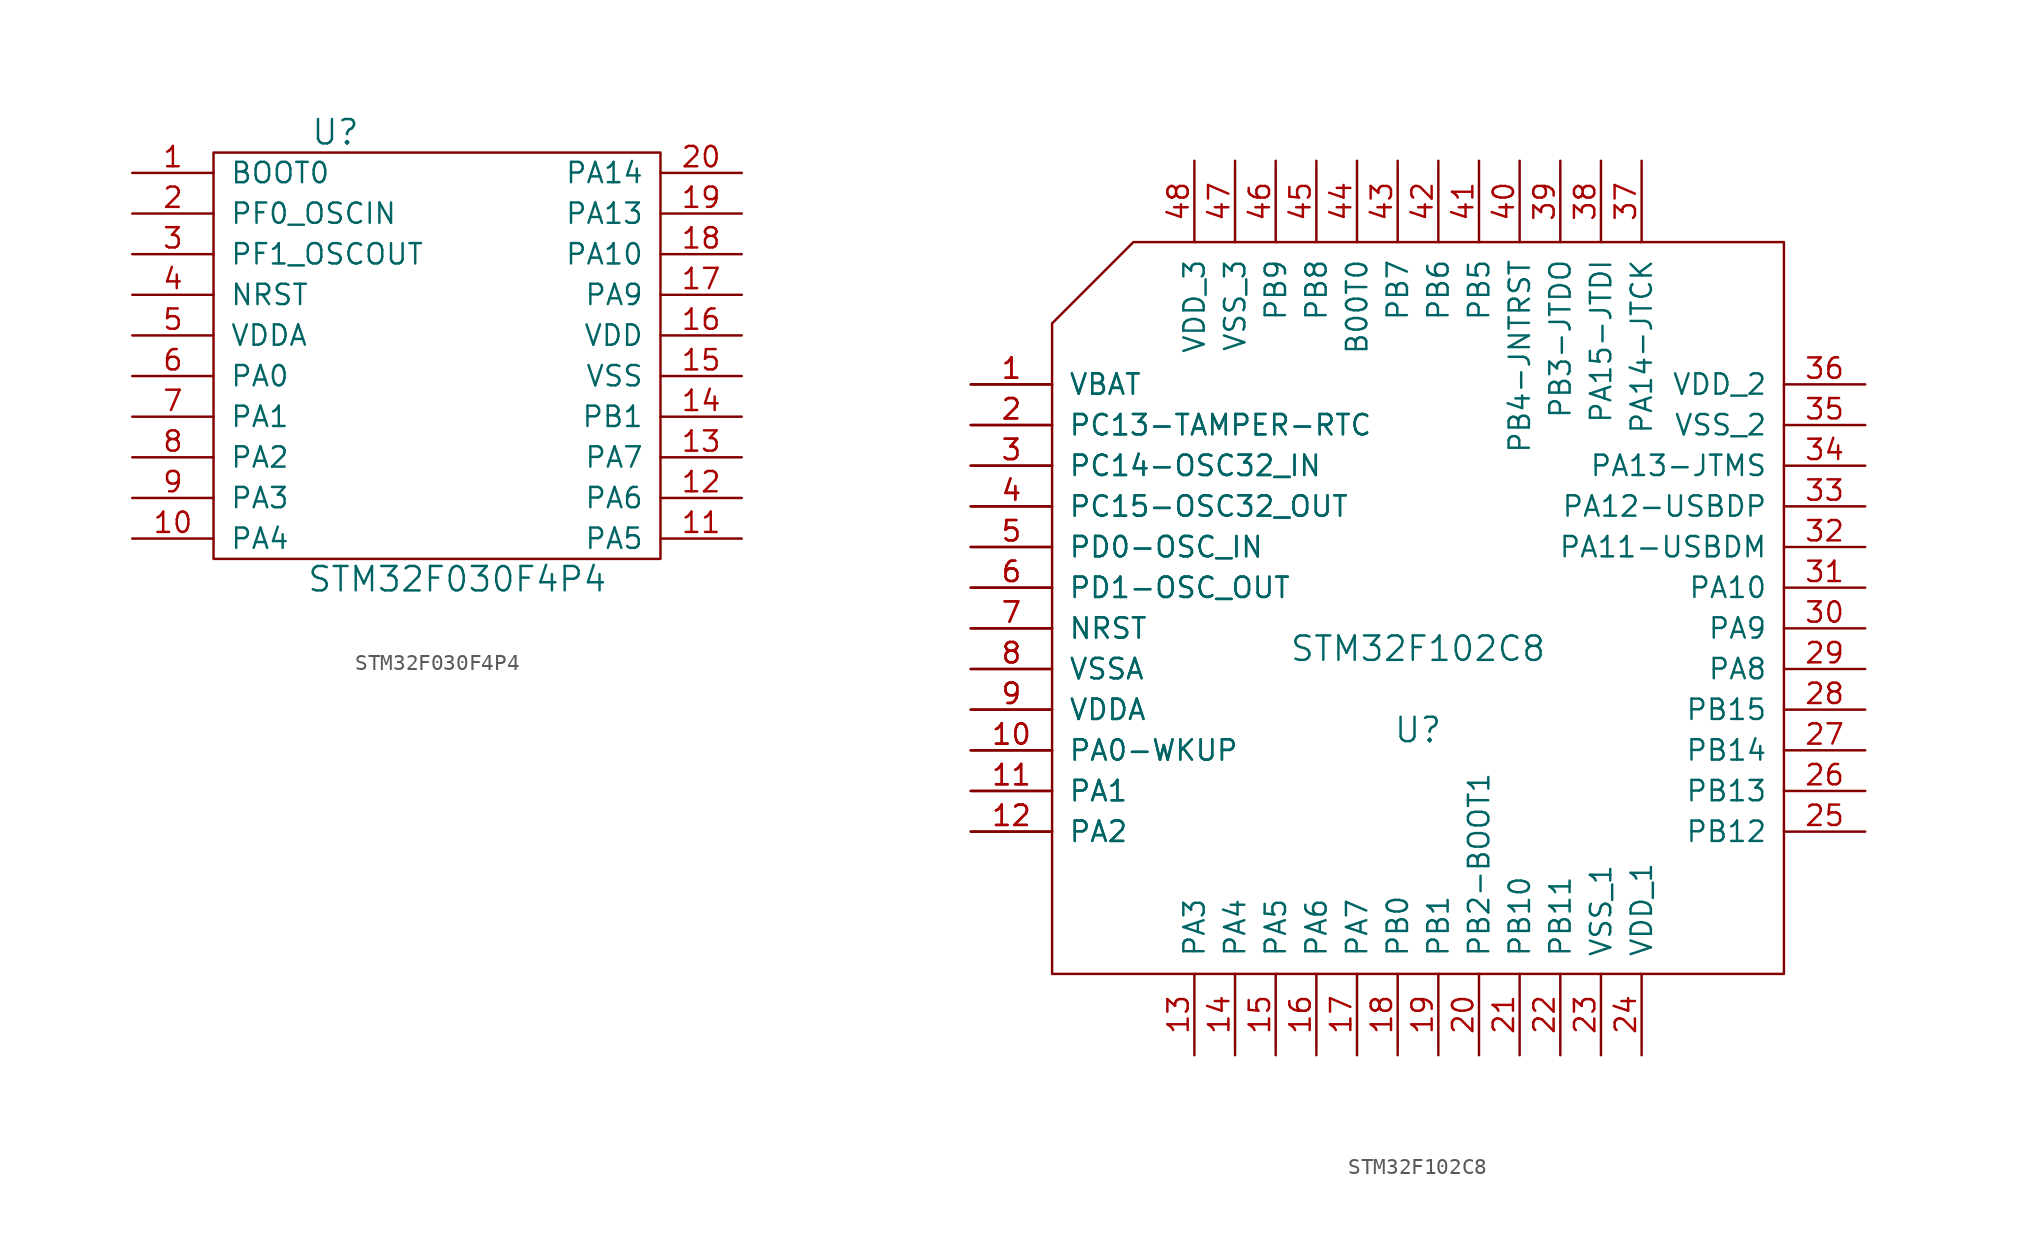
<source format=kicad_sym>
(kicad_symbol_lib
  (version 20211014)
  (generator kicad_symbol_editor)
  (symbol "STM32F030F4P4"
    (pin_names
      (offset 1.016))
    (property "Reference" "U"
      (at -6.35 13.97 0)
      (effects (font (size 1.524 1.524))))
    (property "Value" "STM32F030F4P4"
      (at 1.27 -13.97 0)
      (effects (font (size 1.524 1.524))))
    (property "Footprint" ""
      (at -6.35 0 0)
      (effects (font (size 1.524 1.524))))
    (property "Datasheet" ""
      (at -6.35 0 0)
      (effects (font (size 1.524 1.524))))
    (symbol "STM32F030F4P4_0_1"
      (rectangle (start -13.97 12.7) (end 13.97 -12.7) (stroke (width 0) (type default) (color 0 0 0 0)) (fill (type none))))
    (symbol "STM32F030F4P4_1_1"
      (pin input line (at -19.05 11.43 0) (length 5.08) (name "BOOT0" (effects (font (size 1.27 1.27)))) (number "1" (effects (font (size 1.27 1.27)))))
      (pin input line (at -19.05 -11.43 0) (length 5.08) (name "PA4" (effects (font (size 1.27 1.27)))) (number "10" (effects (font (size 1.27 1.27)))))
      (pin input line (at 19.05 -11.43 180) (length 5.08) (name "PA5" (effects (font (size 1.27 1.27)))) (number "11" (effects (font (size 1.27 1.27)))))
      (pin input line (at 19.05 -8.89 180) (length 5.08) (name "PA6" (effects (font (size 1.27 1.27)))) (number "12" (effects (font (size 1.27 1.27)))))
      (pin input line (at 19.05 -6.35 180) (length 5.08) (name "PA7" (effects (font (size 1.27 1.27)))) (number "13" (effects (font (size 1.27 1.27)))))
      (pin input line (at 19.05 -3.81 180) (length 5.08) (name "PB1" (effects (font (size 1.27 1.27)))) (number "14" (effects (font (size 1.27 1.27)))))
      (pin input line (at 19.05 -1.27 180) (length 5.08) (name "VSS" (effects (font (size 1.27 1.27)))) (number "15" (effects (font (size 1.27 1.27)))))
      (pin input line (at 19.05 1.27 180) (length 5.08) (name "VDD" (effects (font (size 1.27 1.27)))) (number "16" (effects (font (size 1.27 1.27)))))
      (pin input line (at 19.05 3.81 180) (length 5.08) (name "PA9" (effects (font (size 1.27 1.27)))) (number "17" (effects (font (size 1.27 1.27)))))
      (pin input line (at 19.05 6.35 180) (length 5.08) (name "PA10" (effects (font (size 1.27 1.27)))) (number "18" (effects (font (size 1.27 1.27)))))
      (pin input line (at 19.05 8.89 180) (length 5.08) (name "PA13" (effects (font (size 1.27 1.27)))) (number "19" (effects (font (size 1.27 1.27)))))
      (pin input line (at -19.05 8.89 0) (length 5.08) (name "PF0_OSCIN" (effects (font (size 1.27 1.27)))) (number "2" (effects (font (size 1.27 1.27)))))
      (pin input line (at 19.05 11.43 180) (length 5.08) (name "PA14" (effects (font (size 1.27 1.27)))) (number "20" (effects (font (size 1.27 1.27)))))
      (pin input line (at -19.05 6.35 0) (length 5.08) (name "PF1_OSCOUT" (effects (font (size 1.27 1.27)))) (number "3" (effects (font (size 1.27 1.27)))))
      (pin input line (at -19.05 3.81 0) (length 5.08) (name "NRST" (effects (font (size 1.27 1.27)))) (number "4" (effects (font (size 1.27 1.27)))))
      (pin input line (at -19.05 1.27 0) (length 5.08) (name "VDDA" (effects (font (size 1.27 1.27)))) (number "5" (effects (font (size 1.27 1.27)))))
      (pin input line (at -19.05 -1.27 0) (length 5.08) (name "PA0" (effects (font (size 1.27 1.27)))) (number "6" (effects (font (size 1.27 1.27)))))
      (pin input line (at -19.05 -3.81 0) (length 5.08) (name "PA1" (effects (font (size 1.27 1.27)))) (number "7" (effects (font (size 1.27 1.27)))))
      (pin input line (at -19.05 -6.35 0) (length 5.08) (name "PA2" (effects (font (size 1.27 1.27)))) (number "8" (effects (font (size 1.27 1.27)))))
      (pin input line (at -19.05 -8.89 0) (length 5.08) (name "PA3" (effects (font (size 1.27 1.27)))) (number "9" (effects (font (size 1.27 1.27)))))))
  (symbol "STM32F102C8"
    (pin_names
      (offset 1.016))
    (property "Reference" "U"
      (at 0 -7.62 0)
      (effects (font (size 1.524 1.524))))
    (property "Value" "STM32F102C8"
      (at 0 -2.54 0)
      (effects (font (size 1.524 1.524))))
    (property "Footprint" ""
      (at 0 0 0)
      (effects (font (size 1.524 1.524))))
    (property "Datasheet" ""
      (at 0 0 0)
      (effects (font (size 1.524 1.524))))
    (symbol "STM32F102C8_0_1"
      (polyline (pts (xy -22.86 17.78) (xy -22.86 -22.86) (xy 22.86 -22.86) (xy 22.86 22.86) (xy -17.78 22.86) (xy -20.32 20.32) (xy -22.86 17.78)) (stroke (width 0) (type default) (color 0 0 0 0)) (fill (type none))))
    (symbol "STM32F102C8_1_1"
      (pin input line (at -27.94 13.97 0) (length 5.08) (name "VBAT" (effects (font (size 1.27 1.27)))) (number "1" (effects (font (size 1.27 1.27)))))
      (pin input line (at -27.94 13.97 0) (length 5.08) (name "VBAT" (effects (font (size 1.27 1.27)))) (number "1" (effects (font (size 1.27 1.27)))))
      (pin input line (at -27.94 -8.89 0) (length 5.08) (name "PA0-WKUP" (effects (font (size 1.27 1.27)))) (number "10" (effects (font (size 1.27 1.27)))))
      (pin input line (at -27.94 -8.89 0) (length 5.08) (name "PA0-WKUP" (effects (font (size 1.27 1.27)))) (number "10" (effects (font (size 1.27 1.27)))))
      (pin input line (at -27.94 -11.43 0) (length 5.08) (name "PA1" (effects (font (size 1.27 1.27)))) (number "11" (effects (font (size 1.27 1.27)))))
      (pin input line (at -27.94 -11.43 0) (length 5.08) (name "PA1" (effects (font (size 1.27 1.27)))) (number "11" (effects (font (size 1.27 1.27)))))
      (pin input line (at -27.94 -13.97 0) (length 5.08) (name "PA2" (effects (font (size 1.27 1.27)))) (number "12" (effects (font (size 1.27 1.27)))))
      (pin input line (at -27.94 -13.97 0) (length 5.08) (name "PA2" (effects (font (size 1.27 1.27)))) (number "12" (effects (font (size 1.27 1.27)))))
      (pin input line (at -13.97 -27.94 90) (length 5.08) (name "PA3" (effects (font (size 1.27 1.27)))) (number "13" (effects (font (size 1.27 1.27)))))
      (pin input line (at -11.43 -27.94 90) (length 5.08) (name "PA4" (effects (font (size 1.27 1.27)))) (number "14" (effects (font (size 1.27 1.27)))))
      (pin input line (at -8.89 -27.94 90) (length 5.08) (name "PA5" (effects (font (size 1.27 1.27)))) (number "15" (effects (font (size 1.27 1.27)))))
      (pin input line (at -6.35 -27.94 90) (length 5.08) (name "PA6" (effects (font (size 1.27 1.27)))) (number "16" (effects (font (size 1.27 1.27)))))
      (pin input line (at -3.81 -27.94 90) (length 5.08) (name "PA7" (effects (font (size 1.27 1.27)))) (number "17" (effects (font (size 1.27 1.27)))))
      (pin input line (at -1.27 -27.94 90) (length 5.08) (name "PB0" (effects (font (size 1.27 1.27)))) (number "18" (effects (font (size 1.27 1.27)))))
      (pin input line (at 1.27 -27.94 90) (length 5.08) (name "PB1" (effects (font (size 1.27 1.27)))) (number "19" (effects (font (size 1.27 1.27)))))
      (pin input line (at -27.94 11.43 0) (length 5.08) (name "PC13-TAMPER-RTC" (effects (font (size 1.27 1.27)))) (number "2" (effects (font (size 1.27 1.27)))))
      (pin input line (at -27.94 11.43 0) (length 5.08) (name "PC13-TAMPER-RTC" (effects (font (size 1.27 1.27)))) (number "2" (effects (font (size 1.27 1.27)))))
      (pin input line (at 3.81 -27.94 90) (length 5.08) (name "PB2-BOOT1" (effects (font (size 1.27 1.27)))) (number "20" (effects (font (size 1.27 1.27)))))
      (pin input line (at 6.35 -27.94 90) (length 5.08) (name "PB10" (effects (font (size 1.27 1.27)))) (number "21" (effects (font (size 1.27 1.27)))))
      (pin input line (at 8.89 -27.94 90) (length 5.08) (name "PB11" (effects (font (size 1.27 1.27)))) (number "22" (effects (font (size 1.27 1.27)))))
      (pin input line (at 11.43 -27.94 90) (length 5.08) (name "VSS_1" (effects (font (size 1.27 1.27)))) (number "23" (effects (font (size 1.27 1.27)))))
      (pin input line (at 13.97 -27.94 90) (length 5.08) (name "VDD_1" (effects (font (size 1.27 1.27)))) (number "24" (effects (font (size 1.27 1.27)))))
      (pin input line (at 27.94 -13.97 180) (length 5.08) (name "PB12" (effects (font (size 1.27 1.27)))) (number "25" (effects (font (size 1.27 1.27)))))
      (pin input line (at 27.94 -11.43 180) (length 5.08) (name "PB13" (effects (font (size 1.27 1.27)))) (number "26" (effects (font (size 1.27 1.27)))))
      (pin input line (at 27.94 -8.89 180) (length 5.08) (name "PB14" (effects (font (size 1.27 1.27)))) (number "27" (effects (font (size 1.27 1.27)))))
      (pin input line (at 27.94 -6.35 180) (length 5.08) (name "PB15" (effects (font (size 1.27 1.27)))) (number "28" (effects (font (size 1.27 1.27)))))
      (pin input line (at 27.94 -3.81 180) (length 5.08) (name "PA8" (effects (font (size 1.27 1.27)))) (number "29" (effects (font (size 1.27 1.27)))))
      (pin input line (at -27.94 8.89 0) (length 5.08) (name "PC14-OSC32_IN" (effects (font (size 1.27 1.27)))) (number "3" (effects (font (size 1.27 1.27)))))
      (pin input line (at -27.94 8.89 0) (length 5.08) (name "PC14-OSC32_IN" (effects (font (size 1.27 1.27)))) (number "3" (effects (font (size 1.27 1.27)))))
      (pin input line (at 27.94 -1.27 180) (length 5.08) (name "PA9" (effects (font (size 1.27 1.27)))) (number "30" (effects (font (size 1.27 1.27)))))
      (pin input line (at 27.94 1.27 180) (length 5.08) (name "PA10" (effects (font (size 1.27 1.27)))) (number "31" (effects (font (size 1.27 1.27)))))
      (pin input line (at 27.94 3.81 180) (length 5.08) (name "PA11-USBDM" (effects (font (size 1.27 1.27)))) (number "32" (effects (font (size 1.27 1.27)))))
      (pin input line (at 27.94 6.35 180) (length 5.08) (name "PA12-USBDP" (effects (font (size 1.27 1.27)))) (number "33" (effects (font (size 1.27 1.27)))))
      (pin input line (at 27.94 8.89 180) (length 5.08) (name "PA13-JTMS" (effects (font (size 1.27 1.27)))) (number "34" (effects (font (size 1.27 1.27)))))
      (pin input line (at 27.94 11.43 180) (length 5.08) (name "VSS_2" (effects (font (size 1.27 1.27)))) (number "35" (effects (font (size 1.27 1.27)))))
      (pin input line (at 27.94 13.97 180) (length 5.08) (name "VDD_2" (effects (font (size 1.27 1.27)))) (number "36" (effects (font (size 1.27 1.27)))))
      (pin input line (at 13.97 27.94 270) (length 5.08) (name "PA14-JTCK" (effects (font (size 1.27 1.27)))) (number "37" (effects (font (size 1.27 1.27)))))
      (pin input line (at 11.43 27.94 270) (length 5.08) (name "PA15-JTDI" (effects (font (size 1.27 1.27)))) (number "38" (effects (font (size 1.27 1.27)))))
      (pin input line (at 8.89 27.94 270) (length 5.08) (name "PB3-JTDO" (effects (font (size 1.27 1.27)))) (number "39" (effects (font (size 1.27 1.27)))))
      (pin input line (at -27.94 6.35 0) (length 5.08) (name "PC15-OSC32_OUT" (effects (font (size 1.27 1.27)))) (number "4" (effects (font (size 1.27 1.27)))))
      (pin input line (at -27.94 6.35 0) (length 5.08) (name "PC15-OSC32_OUT" (effects (font (size 1.27 1.27)))) (number "4" (effects (font (size 1.27 1.27)))))
      (pin input line (at 6.35 27.94 270) (length 5.08) (name "PB4-JNTRST" (effects (font (size 1.27 1.27)))) (number "40" (effects (font (size 1.27 1.27)))))
      (pin input line (at 3.81 27.94 270) (length 5.08) (name "PB5" (effects (font (size 1.27 1.27)))) (number "41" (effects (font (size 1.27 1.27)))))
      (pin input line (at 1.27 27.94 270) (length 5.08) (name "PB6" (effects (font (size 1.27 1.27)))) (number "42" (effects (font (size 1.27 1.27)))))
      (pin input line (at -1.27 27.94 270) (length 5.08) (name "PB7" (effects (font (size 1.27 1.27)))) (number "43" (effects (font (size 1.27 1.27)))))
      (pin input line (at -3.81 27.94 270) (length 5.08) (name "B00T0" (effects (font (size 1.27 1.27)))) (number "44" (effects (font (size 1.27 1.27)))))
      (pin input line (at -6.35 27.94 270) (length 5.08) (name "PB8" (effects (font (size 1.27 1.27)))) (number "45" (effects (font (size 1.27 1.27)))))
      (pin input line (at -8.89 27.94 270) (length 5.08) (name "PB9" (effects (font (size 1.27 1.27)))) (number "46" (effects (font (size 1.27 1.27)))))
      (pin input line (at -11.43 27.94 270) (length 5.08) (name "VSS_3" (effects (font (size 1.27 1.27)))) (number "47" (effects (font (size 1.27 1.27)))))
      (pin input line (at -13.97 27.94 270) (length 5.08) (name "VDD_3" (effects (font (size 1.27 1.27)))) (number "48" (effects (font (size 1.27 1.27)))))
      (pin input line (at -27.94 3.81 0) (length 5.08) (name "PD0-OSC_IN" (effects (font (size 1.27 1.27)))) (number "5" (effects (font (size 1.27 1.27)))))
      (pin input line (at -27.94 3.81 0) (length 5.08) (name "PD0-OSC_IN" (effects (font (size 1.27 1.27)))) (number "5" (effects (font (size 1.27 1.27)))))
      (pin input line (at -27.94 1.27 0) (length 5.08) (name "PD1-OSC_OUT" (effects (font (size 1.27 1.27)))) (number "6" (effects (font (size 1.27 1.27)))))
      (pin input line (at -27.94 1.27 0) (length 5.08) (name "PD1-OSC_OUT" (effects (font (size 1.27 1.27)))) (number "6" (effects (font (size 1.27 1.27)))))
      (pin input line (at -27.94 -1.27 0) (length 5.08) (name "NRST" (effects (font (size 1.27 1.27)))) (number "7" (effects (font (size 1.27 1.27)))))
      (pin input line (at -27.94 -1.27 0) (length 5.08) (name "NRST" (effects (font (size 1.27 1.27)))) (number "7" (effects (font (size 1.27 1.27)))))
      (pin input line (at -27.94 -3.81 0) (length 5.08) (name "VSSA" (effects (font (size 1.27 1.27)))) (number "8" (effects (font (size 1.27 1.27)))))
      (pin input line (at -27.94 -3.81 0) (length 5.08) (name "VSSA" (effects (font (size 1.27 1.27)))) (number "8" (effects (font (size 1.27 1.27)))))
      (pin input line (at -27.94 -6.35 0) (length 5.08) (name "VDDA" (effects (font (size 1.27 1.27)))) (number "9" (effects (font (size 1.27 1.27)))))
      (pin input line (at -27.94 -6.35 0) (length 5.08) (name "VDDA" (effects (font (size 1.27 1.27)))) (number "9" (effects (font (size 1.27 1.27))))))))
</source>
